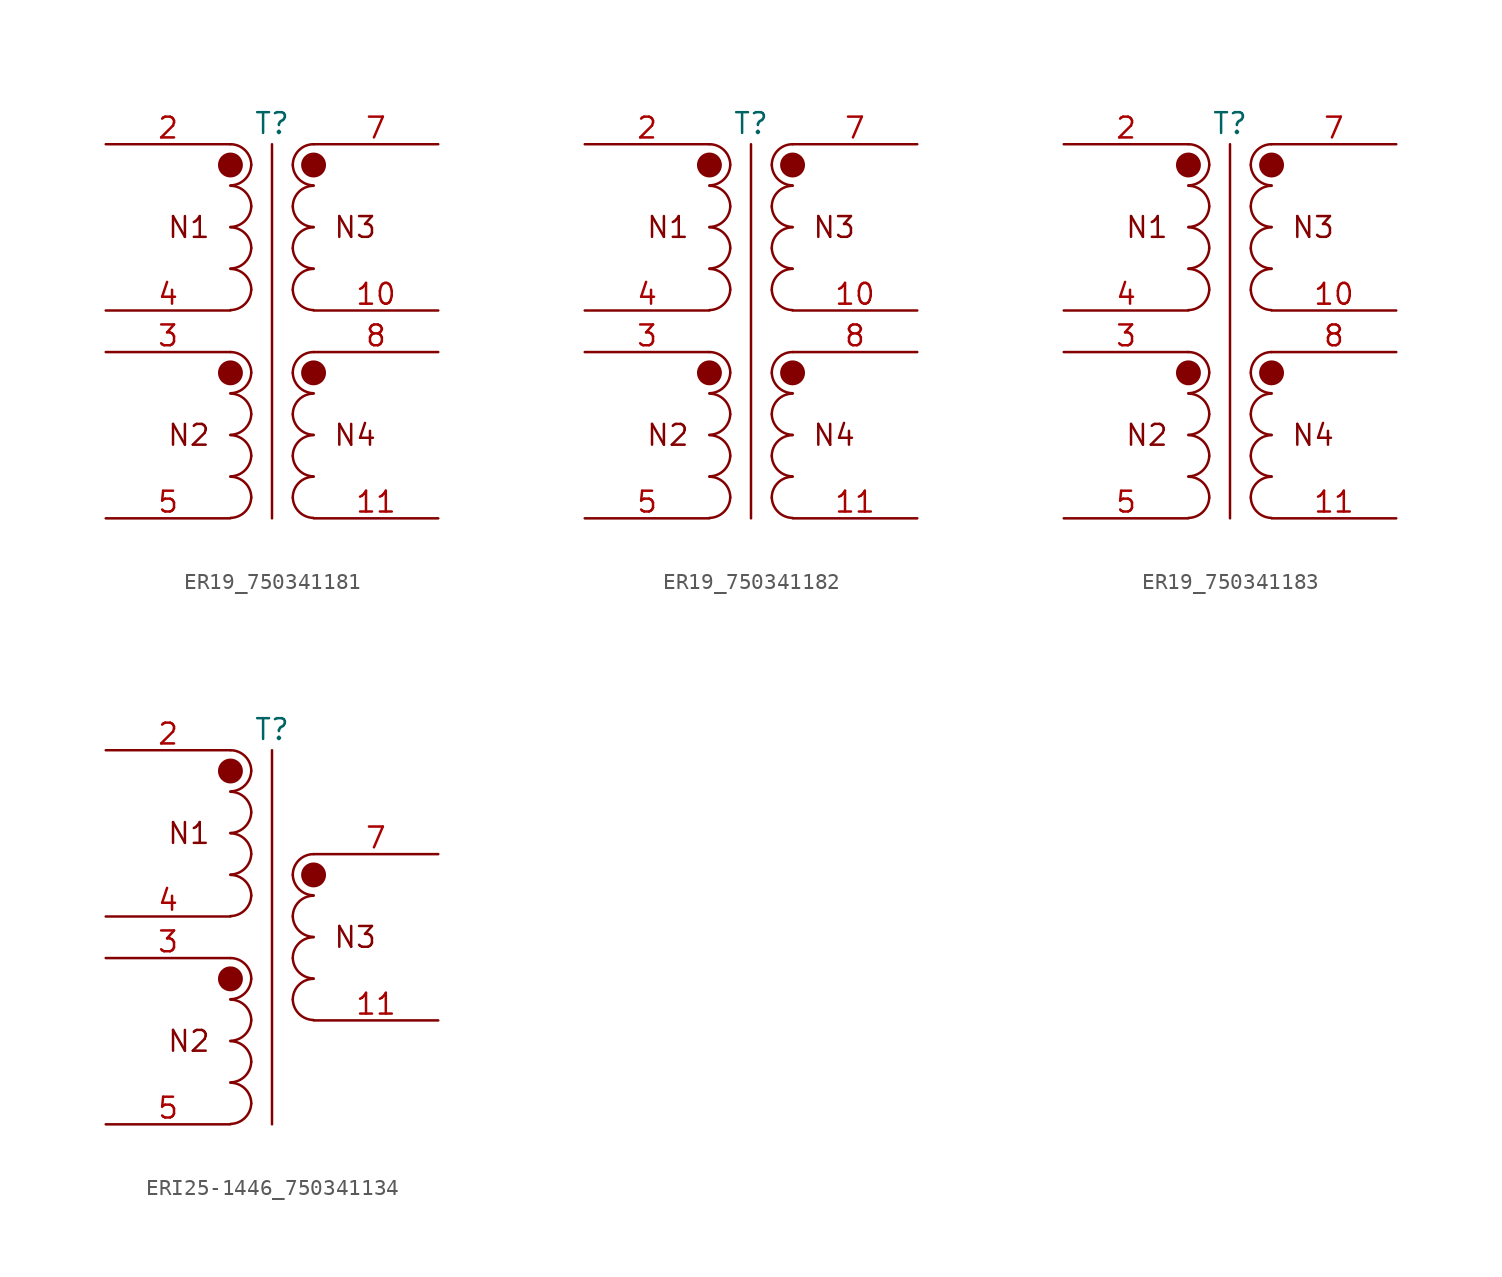
<source format=kicad_sym>
(kicad_symbol_lib
  (version 20220914)
  (generator kicad_symbol_editor)
  (symbol "ER19_750341181"
    (pin_names hide)
    (property "Reference" "T"
      (at 0 12.7 0)
      (effects (font (size 1.27 1.27))))
    (property "Critical Parameter" ""
      (at 0 -5.08 0)
      (effects (font (size 1.27 1.27))))
    (symbol "ER19_750341181_0_1"
      (arc (start -2.54 -11.4046) (mid -1.6561 -11.0363) (end -1.27 -10.16) (stroke (width 0) (type default)) (fill (type none)))
      (arc (start -2.54 -8.8646) (mid -1.6561 -8.4963) (end -1.27 -7.62) (stroke (width 0) (type default)) (fill (type none)))
      (arc (start -2.54 -6.3246) (mid -1.6561 -5.9563) (end -1.27 -5.08) (stroke (width 0) (type default)) (fill (type none)))
      (arc (start -2.54 -3.7846) (mid -1.6561 -3.4163) (end -1.27 -2.54) (stroke (width 0) (type default)) (fill (type none)))
      (arc (start -2.54 1.2954) (mid -1.6561 1.6637) (end -1.27 2.54) (stroke (width 0) (type default)) (fill (type none)))
      (arc (start -2.54 3.8354) (mid -1.6561 4.2037) (end -1.27 5.08) (stroke (width 0) (type default)) (fill (type none)))
      (arc (start -2.54 6.3754) (mid -1.6561 6.7437) (end -1.27 7.62) (stroke (width 0) (type default)) (fill (type none)))
      (arc (start -2.54 8.9154) (mid -1.6561 9.2837) (end -1.27 10.16) (stroke (width 0) (type default)) (fill (type none)))
      (arc (start -1.27 -10.16) (mid -1.642 -9.262) (end -2.54 -8.89) (stroke (width 0) (type default)) (fill (type none)))
      (arc (start -1.27 -7.62) (mid -1.642 -6.722) (end -2.54 -6.35) (stroke (width 0) (type default)) (fill (type none)))
      (arc (start -1.27 -5.08) (mid -1.642 -4.182) (end -2.54 -3.81) (stroke (width 0) (type default)) (fill (type none)))
      (arc (start -1.27 -2.54) (mid -1.642 -1.642) (end -2.54 -1.27) (stroke (width 0) (type default)) (fill (type none)))
      (arc (start -1.27 2.54) (mid -1.642 3.438) (end -2.54 3.81) (stroke (width 0) (type default)) (fill (type none)))
      (arc (start -1.27 5.08) (mid -1.642 5.978) (end -2.54 6.35) (stroke (width 0) (type default)) (fill (type none)))
      (arc (start -1.27 7.62) (mid -1.642 8.518) (end -2.54 8.89) (stroke (width 0) (type default)) (fill (type none)))
      (arc (start -1.27 10.16) (mid -1.642 11.058) (end -2.54 11.43) (stroke (width 0) (type default)) (fill (type none)))
      (polyline (pts (xy 0 -11.43) (xy 0 11.43)) (stroke (width 0) (type default)) (fill (type none)))
      (arc (start 1.27 -10.16) (mid 1.6561 -11.0363) (end 2.54 -11.4046) (stroke (width 0) (type default)) (fill (type none)))
      (arc (start 1.27 -7.62) (mid 1.6561 -8.4963) (end 2.54 -8.8646) (stroke (width 0) (type default)) (fill (type none)))
      (arc (start 1.27 -5.08) (mid 1.6561 -5.9563) (end 2.54 -6.3246) (stroke (width 0) (type default)) (fill (type none)))
      (arc (start 1.27 -2.54) (mid 1.6561 -3.4163) (end 2.54 -3.7846) (stroke (width 0) (type default)) (fill (type none)))
      (arc (start 1.27 2.54) (mid 1.6561 1.6637) (end 2.54 1.2954) (stroke (width 0) (type default)) (fill (type none)))
      (arc (start 1.27 5.08) (mid 1.6561 4.2037) (end 2.54 3.8354) (stroke (width 0) (type default)) (fill (type none)))
      (arc (start 1.27 7.62) (mid 1.6561 6.7437) (end 2.54 6.3754) (stroke (width 0) (type default)) (fill (type none)))
      (arc (start 1.27 10.16) (mid 1.6561 9.2837) (end 2.54 8.9154) (stroke (width 0) (type default)) (fill (type none)))
      (arc (start 2.54 -8.89) (mid 1.642 -9.262) (end 1.27 -10.16) (stroke (width 0) (type default)) (fill (type none)))
      (arc (start 2.54 -6.35) (mid 1.642 -6.722) (end 1.27 -7.62) (stroke (width 0) (type default)) (fill (type none)))
      (arc (start 2.54 -3.81) (mid 1.642 -4.182) (end 1.27 -5.08) (stroke (width 0) (type default)) (fill (type none)))
      (arc (start 2.54 -1.27) (mid 1.642 -1.642) (end 1.27 -2.54) (stroke (width 0) (type default)) (fill (type none)))
      (arc (start 2.54 3.81) (mid 1.642 3.438) (end 1.27 2.54) (stroke (width 0) (type default)) (fill (type none)))
      (arc (start 2.54 6.35) (mid 1.642 5.978) (end 1.27 5.08) (stroke (width 0) (type default)) (fill (type none)))
      (arc (start 2.54 8.89) (mid 1.642 8.518) (end 1.27 7.62) (stroke (width 0) (type default)) (fill (type none)))
      (arc (start 2.54 11.43) (mid 1.642 11.058) (end 1.27 10.16) (stroke (width 0) (type default)) (fill (type none))))
    (symbol "ER19_750341181_1_1"
      (circle (center -2.54 -2.54) (radius 0.0001) (stroke (width 0.762) (type default)) (fill (type none)))
      (circle (center -2.54 10.16) (radius 0.0001) (stroke (width 0.762) (type default)) (fill (type none)))
      (circle (center 2.54 -2.54) (radius 0.0001) (stroke (width 0.762) (type default)) (fill (type none)))
      (circle (center 2.54 10.16) (radius 0.0001) (stroke (width 0.762) (type default)) (fill (type none)))
      (text "N1" (at -5.08 6.35 0) (effects (font (size 1.27 1.27))))
      (text "N2" (at -5.08 -6.35 0) (effects (font (size 1.27 1.27))))
      (text "N3" (at 5.08 6.35 0) (effects (font (size 1.27 1.27))))
      (text "N4" (at 5.08 -6.35 0) (effects (font (size 1.27 1.27))))
      (pin passive line (at 10.16 1.27 180) (length 7.62) (name "10" (effects (font (size 1.27 1.27)))) (number "10" (effects (font (size 1.27 1.27)))))
      (pin passive line (at 10.16 -11.43 180) (length 7.62) (name "11" (effects (font (size 1.27 1.27)))) (number "11" (effects (font (size 1.27 1.27)))))
      (pin passive line (at -10.16 11.43 0) (length 7.62) (name "2" (effects (font (size 1.27 1.27)))) (number "2" (effects (font (size 1.27 1.27)))))
      (pin passive line (at -10.16 -1.27 0) (length 7.62) (name "3" (effects (font (size 1.27 1.27)))) (number "3" (effects (font (size 1.27 1.27)))))
      (pin passive line (at -10.16 1.27 0) (length 7.62) (name "4" (effects (font (size 1.27 1.27)))) (number "4" (effects (font (size 1.27 1.27)))))
      (pin passive line (at -10.16 -11.43 0) (length 7.62) (name "5" (effects (font (size 1.27 1.27)))) (number "5" (effects (font (size 1.27 1.27)))))
      (pin passive line (at 10.16 11.43 180) (length 7.62) (name "7" (effects (font (size 1.27 1.27)))) (number "7" (effects (font (size 1.27 1.27)))))
      (pin passive line (at 10.16 -1.27 180) (length 7.62) (name "8" (effects (font (size 1.27 1.27)))) (number "8" (effects (font (size 1.27 1.27)))))))
  (symbol "ER19_750341182"
    (pin_names hide)
    (property "Reference" "T"
      (at 0 12.7 0)
      (effects (font (size 1.27 1.27))))
    (property "Critical Parameter" ""
      (at 0 -5.08 0)
      (effects (font (size 1.27 1.27))))
    (symbol "ER19_750341182_0_1"
      (arc (start -2.54 -11.4046) (mid -1.6561 -11.0363) (end -1.27 -10.16) (stroke (width 0) (type default)) (fill (type none)))
      (arc (start -2.54 -8.8646) (mid -1.6561 -8.4963) (end -1.27 -7.62) (stroke (width 0) (type default)) (fill (type none)))
      (arc (start -2.54 -6.3246) (mid -1.6561 -5.9563) (end -1.27 -5.08) (stroke (width 0) (type default)) (fill (type none)))
      (arc (start -2.54 -3.7846) (mid -1.6561 -3.4163) (end -1.27 -2.54) (stroke (width 0) (type default)) (fill (type none)))
      (arc (start -2.54 1.2954) (mid -1.6561 1.6637) (end -1.27 2.54) (stroke (width 0) (type default)) (fill (type none)))
      (arc (start -2.54 3.8354) (mid -1.6561 4.2037) (end -1.27 5.08) (stroke (width 0) (type default)) (fill (type none)))
      (arc (start -2.54 6.3754) (mid -1.6561 6.7437) (end -1.27 7.62) (stroke (width 0) (type default)) (fill (type none)))
      (arc (start -2.54 8.9154) (mid -1.6561 9.2837) (end -1.27 10.16) (stroke (width 0) (type default)) (fill (type none)))
      (arc (start -1.27 -10.16) (mid -1.642 -9.262) (end -2.54 -8.89) (stroke (width 0) (type default)) (fill (type none)))
      (arc (start -1.27 -7.62) (mid -1.642 -6.722) (end -2.54 -6.35) (stroke (width 0) (type default)) (fill (type none)))
      (arc (start -1.27 -5.08) (mid -1.642 -4.182) (end -2.54 -3.81) (stroke (width 0) (type default)) (fill (type none)))
      (arc (start -1.27 -2.54) (mid -1.642 -1.642) (end -2.54 -1.27) (stroke (width 0) (type default)) (fill (type none)))
      (arc (start -1.27 2.54) (mid -1.642 3.438) (end -2.54 3.81) (stroke (width 0) (type default)) (fill (type none)))
      (arc (start -1.27 5.08) (mid -1.642 5.978) (end -2.54 6.35) (stroke (width 0) (type default)) (fill (type none)))
      (arc (start -1.27 7.62) (mid -1.642 8.518) (end -2.54 8.89) (stroke (width 0) (type default)) (fill (type none)))
      (arc (start -1.27 10.16) (mid -1.642 11.058) (end -2.54 11.43) (stroke (width 0) (type default)) (fill (type none)))
      (polyline (pts (xy 0 -11.43) (xy 0 11.43)) (stroke (width 0) (type default)) (fill (type none)))
      (arc (start 1.27 -10.16) (mid 1.6561 -11.0363) (end 2.54 -11.4046) (stroke (width 0) (type default)) (fill (type none)))
      (arc (start 1.27 -7.62) (mid 1.6561 -8.4963) (end 2.54 -8.8646) (stroke (width 0) (type default)) (fill (type none)))
      (arc (start 1.27 -5.08) (mid 1.6561 -5.9563) (end 2.54 -6.3246) (stroke (width 0) (type default)) (fill (type none)))
      (arc (start 1.27 -2.54) (mid 1.6561 -3.4163) (end 2.54 -3.7846) (stroke (width 0) (type default)) (fill (type none)))
      (arc (start 1.27 2.54) (mid 1.6561 1.6637) (end 2.54 1.2954) (stroke (width 0) (type default)) (fill (type none)))
      (arc (start 1.27 5.08) (mid 1.6561 4.2037) (end 2.54 3.8354) (stroke (width 0) (type default)) (fill (type none)))
      (arc (start 1.27 7.62) (mid 1.6561 6.7437) (end 2.54 6.3754) (stroke (width 0) (type default)) (fill (type none)))
      (arc (start 1.27 10.16) (mid 1.6561 9.2837) (end 2.54 8.9154) (stroke (width 0) (type default)) (fill (type none)))
      (arc (start 2.54 -8.89) (mid 1.642 -9.262) (end 1.27 -10.16) (stroke (width 0) (type default)) (fill (type none)))
      (arc (start 2.54 -6.35) (mid 1.642 -6.722) (end 1.27 -7.62) (stroke (width 0) (type default)) (fill (type none)))
      (arc (start 2.54 -3.81) (mid 1.642 -4.182) (end 1.27 -5.08) (stroke (width 0) (type default)) (fill (type none)))
      (arc (start 2.54 -1.27) (mid 1.642 -1.642) (end 1.27 -2.54) (stroke (width 0) (type default)) (fill (type none)))
      (arc (start 2.54 3.81) (mid 1.642 3.438) (end 1.27 2.54) (stroke (width 0) (type default)) (fill (type none)))
      (arc (start 2.54 6.35) (mid 1.642 5.978) (end 1.27 5.08) (stroke (width 0) (type default)) (fill (type none)))
      (arc (start 2.54 8.89) (mid 1.642 8.518) (end 1.27 7.62) (stroke (width 0) (type default)) (fill (type none)))
      (arc (start 2.54 11.43) (mid 1.642 11.058) (end 1.27 10.16) (stroke (width 0) (type default)) (fill (type none))))
    (symbol "ER19_750341182_1_1"
      (circle (center -2.54 -2.54) (radius 0.0001) (stroke (width 0.762) (type default)) (fill (type none)))
      (circle (center -2.54 10.16) (radius 0.0001) (stroke (width 0.762) (type default)) (fill (type none)))
      (circle (center 2.54 -2.54) (radius 0.0001) (stroke (width 0.762) (type default)) (fill (type none)))
      (circle (center 2.54 10.16) (radius 0.0001) (stroke (width 0.762) (type default)) (fill (type none)))
      (text "N1" (at -5.08 6.35 0) (effects (font (size 1.27 1.27))))
      (text "N2" (at -5.08 -6.35 0) (effects (font (size 1.27 1.27))))
      (text "N3" (at 5.08 6.35 0) (effects (font (size 1.27 1.27))))
      (text "N4" (at 5.08 -6.35 0) (effects (font (size 1.27 1.27))))
      (pin passive line (at 10.16 1.27 180) (length 7.62) (name "10" (effects (font (size 1.27 1.27)))) (number "10" (effects (font (size 1.27 1.27)))))
      (pin passive line (at 10.16 -11.43 180) (length 7.62) (name "11" (effects (font (size 1.27 1.27)))) (number "11" (effects (font (size 1.27 1.27)))))
      (pin passive line (at -10.16 11.43 0) (length 7.62) (name "2" (effects (font (size 1.27 1.27)))) (number "2" (effects (font (size 1.27 1.27)))))
      (pin passive line (at -10.16 -1.27 0) (length 7.62) (name "3" (effects (font (size 1.27 1.27)))) (number "3" (effects (font (size 1.27 1.27)))))
      (pin passive line (at -10.16 1.27 0) (length 7.62) (name "4" (effects (font (size 1.27 1.27)))) (number "4" (effects (font (size 1.27 1.27)))))
      (pin passive line (at -10.16 -11.43 0) (length 7.62) (name "5" (effects (font (size 1.27 1.27)))) (number "5" (effects (font (size 1.27 1.27)))))
      (pin passive line (at 10.16 11.43 180) (length 7.62) (name "7" (effects (font (size 1.27 1.27)))) (number "7" (effects (font (size 1.27 1.27)))))
      (pin passive line (at 10.16 -1.27 180) (length 7.62) (name "8" (effects (font (size 1.27 1.27)))) (number "8" (effects (font (size 1.27 1.27)))))))
  (symbol "ER19_750341183"
    (pin_names hide)
    (property "Reference" "T"
      (at 0 12.7 0)
      (effects (font (size 1.27 1.27))))
    (property "Critical Parameter" ""
      (at 0 -5.08 0)
      (effects (font (size 1.27 1.27))))
    (symbol "ER19_750341183_0_1"
      (arc (start -2.54 -11.4046) (mid -1.6561 -11.0363) (end -1.27 -10.16) (stroke (width 0) (type default)) (fill (type none)))
      (arc (start -2.54 -8.8646) (mid -1.6561 -8.4963) (end -1.27 -7.62) (stroke (width 0) (type default)) (fill (type none)))
      (arc (start -2.54 -6.3246) (mid -1.6561 -5.9563) (end -1.27 -5.08) (stroke (width 0) (type default)) (fill (type none)))
      (arc (start -2.54 -3.7846) (mid -1.6561 -3.4163) (end -1.27 -2.54) (stroke (width 0) (type default)) (fill (type none)))
      (arc (start -2.54 1.2954) (mid -1.6561 1.6637) (end -1.27 2.54) (stroke (width 0) (type default)) (fill (type none)))
      (arc (start -2.54 3.8354) (mid -1.6561 4.2037) (end -1.27 5.08) (stroke (width 0) (type default)) (fill (type none)))
      (arc (start -2.54 6.3754) (mid -1.6561 6.7437) (end -1.27 7.62) (stroke (width 0) (type default)) (fill (type none)))
      (arc (start -2.54 8.9154) (mid -1.6561 9.2837) (end -1.27 10.16) (stroke (width 0) (type default)) (fill (type none)))
      (arc (start -1.27 -10.16) (mid -1.642 -9.262) (end -2.54 -8.89) (stroke (width 0) (type default)) (fill (type none)))
      (arc (start -1.27 -7.62) (mid -1.642 -6.722) (end -2.54 -6.35) (stroke (width 0) (type default)) (fill (type none)))
      (arc (start -1.27 -5.08) (mid -1.642 -4.182) (end -2.54 -3.81) (stroke (width 0) (type default)) (fill (type none)))
      (arc (start -1.27 -2.54) (mid -1.642 -1.642) (end -2.54 -1.27) (stroke (width 0) (type default)) (fill (type none)))
      (arc (start -1.27 2.54) (mid -1.642 3.438) (end -2.54 3.81) (stroke (width 0) (type default)) (fill (type none)))
      (arc (start -1.27 5.08) (mid -1.642 5.978) (end -2.54 6.35) (stroke (width 0) (type default)) (fill (type none)))
      (arc (start -1.27 7.62) (mid -1.642 8.518) (end -2.54 8.89) (stroke (width 0) (type default)) (fill (type none)))
      (arc (start -1.27 10.16) (mid -1.642 11.058) (end -2.54 11.43) (stroke (width 0) (type default)) (fill (type none)))
      (polyline (pts (xy 0 -11.43) (xy 0 11.43)) (stroke (width 0) (type default)) (fill (type none)))
      (arc (start 1.27 -10.16) (mid 1.6561 -11.0363) (end 2.54 -11.4046) (stroke (width 0) (type default)) (fill (type none)))
      (arc (start 1.27 -7.62) (mid 1.6561 -8.4963) (end 2.54 -8.8646) (stroke (width 0) (type default)) (fill (type none)))
      (arc (start 1.27 -5.08) (mid 1.6561 -5.9563) (end 2.54 -6.3246) (stroke (width 0) (type default)) (fill (type none)))
      (arc (start 1.27 -2.54) (mid 1.6561 -3.4163) (end 2.54 -3.7846) (stroke (width 0) (type default)) (fill (type none)))
      (arc (start 1.27 2.54) (mid 1.6561 1.6637) (end 2.54 1.2954) (stroke (width 0) (type default)) (fill (type none)))
      (arc (start 1.27 5.08) (mid 1.6561 4.2037) (end 2.54 3.8354) (stroke (width 0) (type default)) (fill (type none)))
      (arc (start 1.27 7.62) (mid 1.6561 6.7437) (end 2.54 6.3754) (stroke (width 0) (type default)) (fill (type none)))
      (arc (start 1.27 10.16) (mid 1.6561 9.2837) (end 2.54 8.9154) (stroke (width 0) (type default)) (fill (type none)))
      (arc (start 2.54 -8.89) (mid 1.642 -9.262) (end 1.27 -10.16) (stroke (width 0) (type default)) (fill (type none)))
      (arc (start 2.54 -6.35) (mid 1.642 -6.722) (end 1.27 -7.62) (stroke (width 0) (type default)) (fill (type none)))
      (arc (start 2.54 -3.81) (mid 1.642 -4.182) (end 1.27 -5.08) (stroke (width 0) (type default)) (fill (type none)))
      (arc (start 2.54 -1.27) (mid 1.642 -1.642) (end 1.27 -2.54) (stroke (width 0) (type default)) (fill (type none)))
      (arc (start 2.54 3.81) (mid 1.642 3.438) (end 1.27 2.54) (stroke (width 0) (type default)) (fill (type none)))
      (arc (start 2.54 6.35) (mid 1.642 5.978) (end 1.27 5.08) (stroke (width 0) (type default)) (fill (type none)))
      (arc (start 2.54 8.89) (mid 1.642 8.518) (end 1.27 7.62) (stroke (width 0) (type default)) (fill (type none)))
      (arc (start 2.54 11.43) (mid 1.642 11.058) (end 1.27 10.16) (stroke (width 0) (type default)) (fill (type none))))
    (symbol "ER19_750341183_1_1"
      (circle (center -2.54 -2.54) (radius 0.0001) (stroke (width 0.762) (type default)) (fill (type none)))
      (circle (center -2.54 10.16) (radius 0.0001) (stroke (width 0.762) (type default)) (fill (type none)))
      (circle (center 2.54 -2.54) (radius 0.0001) (stroke (width 0.762) (type default)) (fill (type none)))
      (circle (center 2.54 10.16) (radius 0.0001) (stroke (width 0.762) (type default)) (fill (type none)))
      (text "N1" (at -5.08 6.35 0) (effects (font (size 1.27 1.27))))
      (text "N2" (at -5.08 -6.35 0) (effects (font (size 1.27 1.27))))
      (text "N3" (at 5.08 6.35 0) (effects (font (size 1.27 1.27))))
      (text "N4" (at 5.08 -6.35 0) (effects (font (size 1.27 1.27))))
      (pin passive line (at 10.16 1.27 180) (length 7.62) (name "10" (effects (font (size 1.27 1.27)))) (number "10" (effects (font (size 1.27 1.27)))))
      (pin passive line (at 10.16 -11.43 180) (length 7.62) (name "11" (effects (font (size 1.27 1.27)))) (number "11" (effects (font (size 1.27 1.27)))))
      (pin passive line (at -10.16 11.43 0) (length 7.62) (name "2" (effects (font (size 1.27 1.27)))) (number "2" (effects (font (size 1.27 1.27)))))
      (pin passive line (at -10.16 -1.27 0) (length 7.62) (name "3" (effects (font (size 1.27 1.27)))) (number "3" (effects (font (size 1.27 1.27)))))
      (pin passive line (at -10.16 1.27 0) (length 7.62) (name "4" (effects (font (size 1.27 1.27)))) (number "4" (effects (font (size 1.27 1.27)))))
      (pin passive line (at -10.16 -11.43 0) (length 7.62) (name "5" (effects (font (size 1.27 1.27)))) (number "5" (effects (font (size 1.27 1.27)))))
      (pin passive line (at 10.16 11.43 180) (length 7.62) (name "7" (effects (font (size 1.27 1.27)))) (number "7" (effects (font (size 1.27 1.27)))))
      (pin passive line (at 10.16 -1.27 180) (length 7.62) (name "8" (effects (font (size 1.27 1.27)))) (number "8" (effects (font (size 1.27 1.27)))))))
  (symbol "ERI25-1446_750341134"
    (pin_names hide)
    (property "Reference" "T"
      (at 0 12.7 0)
      (effects (font (size 1.27 1.27))))
    (property "Critical Parameter" ""
      (at 0 -5.08 0)
      (effects (font (size 1.27 1.27))))
    (symbol "ERI25-1446_750341134_0_1"
      (arc (start -2.54 -11.4046) (mid -1.6561 -11.0363) (end -1.27 -10.16) (stroke (width 0) (type default)) (fill (type none)))
      (arc (start -2.54 -8.8646) (mid -1.6561 -8.4963) (end -1.27 -7.62) (stroke (width 0) (type default)) (fill (type none)))
      (arc (start -2.54 -6.3246) (mid -1.6561 -5.9563) (end -1.27 -5.08) (stroke (width 0) (type default)) (fill (type none)))
      (arc (start -2.54 -3.7846) (mid -1.6561 -3.4163) (end -1.27 -2.54) (stroke (width 0) (type default)) (fill (type none)))
      (arc (start -2.54 1.2954) (mid -1.6561 1.6637) (end -1.27 2.54) (stroke (width 0) (type default)) (fill (type none)))
      (arc (start -2.54 3.8354) (mid -1.6561 4.2037) (end -1.27 5.08) (stroke (width 0) (type default)) (fill (type none)))
      (arc (start -2.54 6.3754) (mid -1.6561 6.7437) (end -1.27 7.62) (stroke (width 0) (type default)) (fill (type none)))
      (arc (start -2.54 8.9154) (mid -1.6561 9.2837) (end -1.27 10.16) (stroke (width 0) (type default)) (fill (type none)))
      (arc (start -1.27 -10.16) (mid -1.642 -9.262) (end -2.54 -8.89) (stroke (width 0) (type default)) (fill (type none)))
      (arc (start -1.27 -7.62) (mid -1.642 -6.722) (end -2.54 -6.35) (stroke (width 0) (type default)) (fill (type none)))
      (arc (start -1.27 -5.08) (mid -1.642 -4.182) (end -2.54 -3.81) (stroke (width 0) (type default)) (fill (type none)))
      (arc (start -1.27 -2.54) (mid -1.642 -1.642) (end -2.54 -1.27) (stroke (width 0) (type default)) (fill (type none)))
      (arc (start -1.27 2.54) (mid -1.642 3.438) (end -2.54 3.81) (stroke (width 0) (type default)) (fill (type none)))
      (arc (start -1.27 5.08) (mid -1.642 5.978) (end -2.54 6.35) (stroke (width 0) (type default)) (fill (type none)))
      (arc (start -1.27 7.62) (mid -1.642 8.518) (end -2.54 8.89) (stroke (width 0) (type default)) (fill (type none)))
      (arc (start -1.27 10.16) (mid -1.642 11.058) (end -2.54 11.43) (stroke (width 0) (type default)) (fill (type none)))
      (polyline (pts (xy 0 -11.43) (xy 0 11.43)) (stroke (width 0) (type default)) (fill (type none)))
      (arc (start 1.27 -3.81) (mid 1.6561 -4.6863) (end 2.54 -5.0546) (stroke (width 0) (type default)) (fill (type none)))
      (arc (start 1.27 -1.27) (mid 1.6561 -2.1463) (end 2.54 -2.5146) (stroke (width 0) (type default)) (fill (type none)))
      (arc (start 1.27 1.27) (mid 1.6561 0.3937) (end 2.54 0.0254) (stroke (width 0) (type default)) (fill (type none)))
      (arc (start 1.27 3.81) (mid 1.6561 2.9337) (end 2.54 2.5654) (stroke (width 0) (type default)) (fill (type none)))
      (arc (start 2.54 -2.54) (mid 1.642 -2.912) (end 1.27 -3.81) (stroke (width 0) (type default)) (fill (type none)))
      (arc (start 2.54 0) (mid 1.642 -0.372) (end 1.27 -1.27) (stroke (width 0) (type default)) (fill (type none)))
      (arc (start 2.54 2.54) (mid 1.642 2.168) (end 1.27 1.27) (stroke (width 0) (type default)) (fill (type none)))
      (arc (start 2.54 5.08) (mid 1.642 4.708) (end 1.27 3.81) (stroke (width 0) (type default)) (fill (type none))))
    (symbol "ERI25-1446_750341134_1_1"
      (circle (center -2.54 -2.54) (radius 0.0001) (stroke (width 0.762) (type default)) (fill (type none)))
      (circle (center -2.54 10.16) (radius 0.0001) (stroke (width 0.762) (type default)) (fill (type none)))
      (circle (center 2.54 3.81) (radius 0.0001) (stroke (width 0.762) (type default)) (fill (type none)))
      (text "N1" (at -5.08 6.35 0) (effects (font (size 1.27 1.27))))
      (text "N2" (at -5.08 -6.35 0) (effects (font (size 1.27 1.27))))
      (text "N3" (at 5.08 0 0) (effects (font (size 1.27 1.27))))
      (pin passive line (at 10.16 -5.08 180) (length 7.62) (name "11" (effects (font (size 1.27 1.27)))) (number "11" (effects (font (size 1.27 1.27)))))
      (pin passive line (at -10.16 11.43 0) (length 7.62) (name "2" (effects (font (size 1.27 1.27)))) (number "2" (effects (font (size 1.27 1.27)))))
      (pin passive line (at -10.16 -1.27 0) (length 7.62) (name "3" (effects (font (size 1.27 1.27)))) (number "3" (effects (font (size 1.27 1.27)))))
      (pin passive line (at -10.16 1.27 0) (length 7.62) (name "4" (effects (font (size 1.27 1.27)))) (number "4" (effects (font (size 1.27 1.27)))))
      (pin passive line (at -10.16 -11.43 0) (length 7.62) (name "5" (effects (font (size 1.27 1.27)))) (number "5" (effects (font (size 1.27 1.27)))))
      (pin passive line (at 10.16 5.08 180) (length 7.62) (name "7" (effects (font (size 1.27 1.27)))) (number "7" (effects (font (size 1.27 1.27))))))))
</source>
